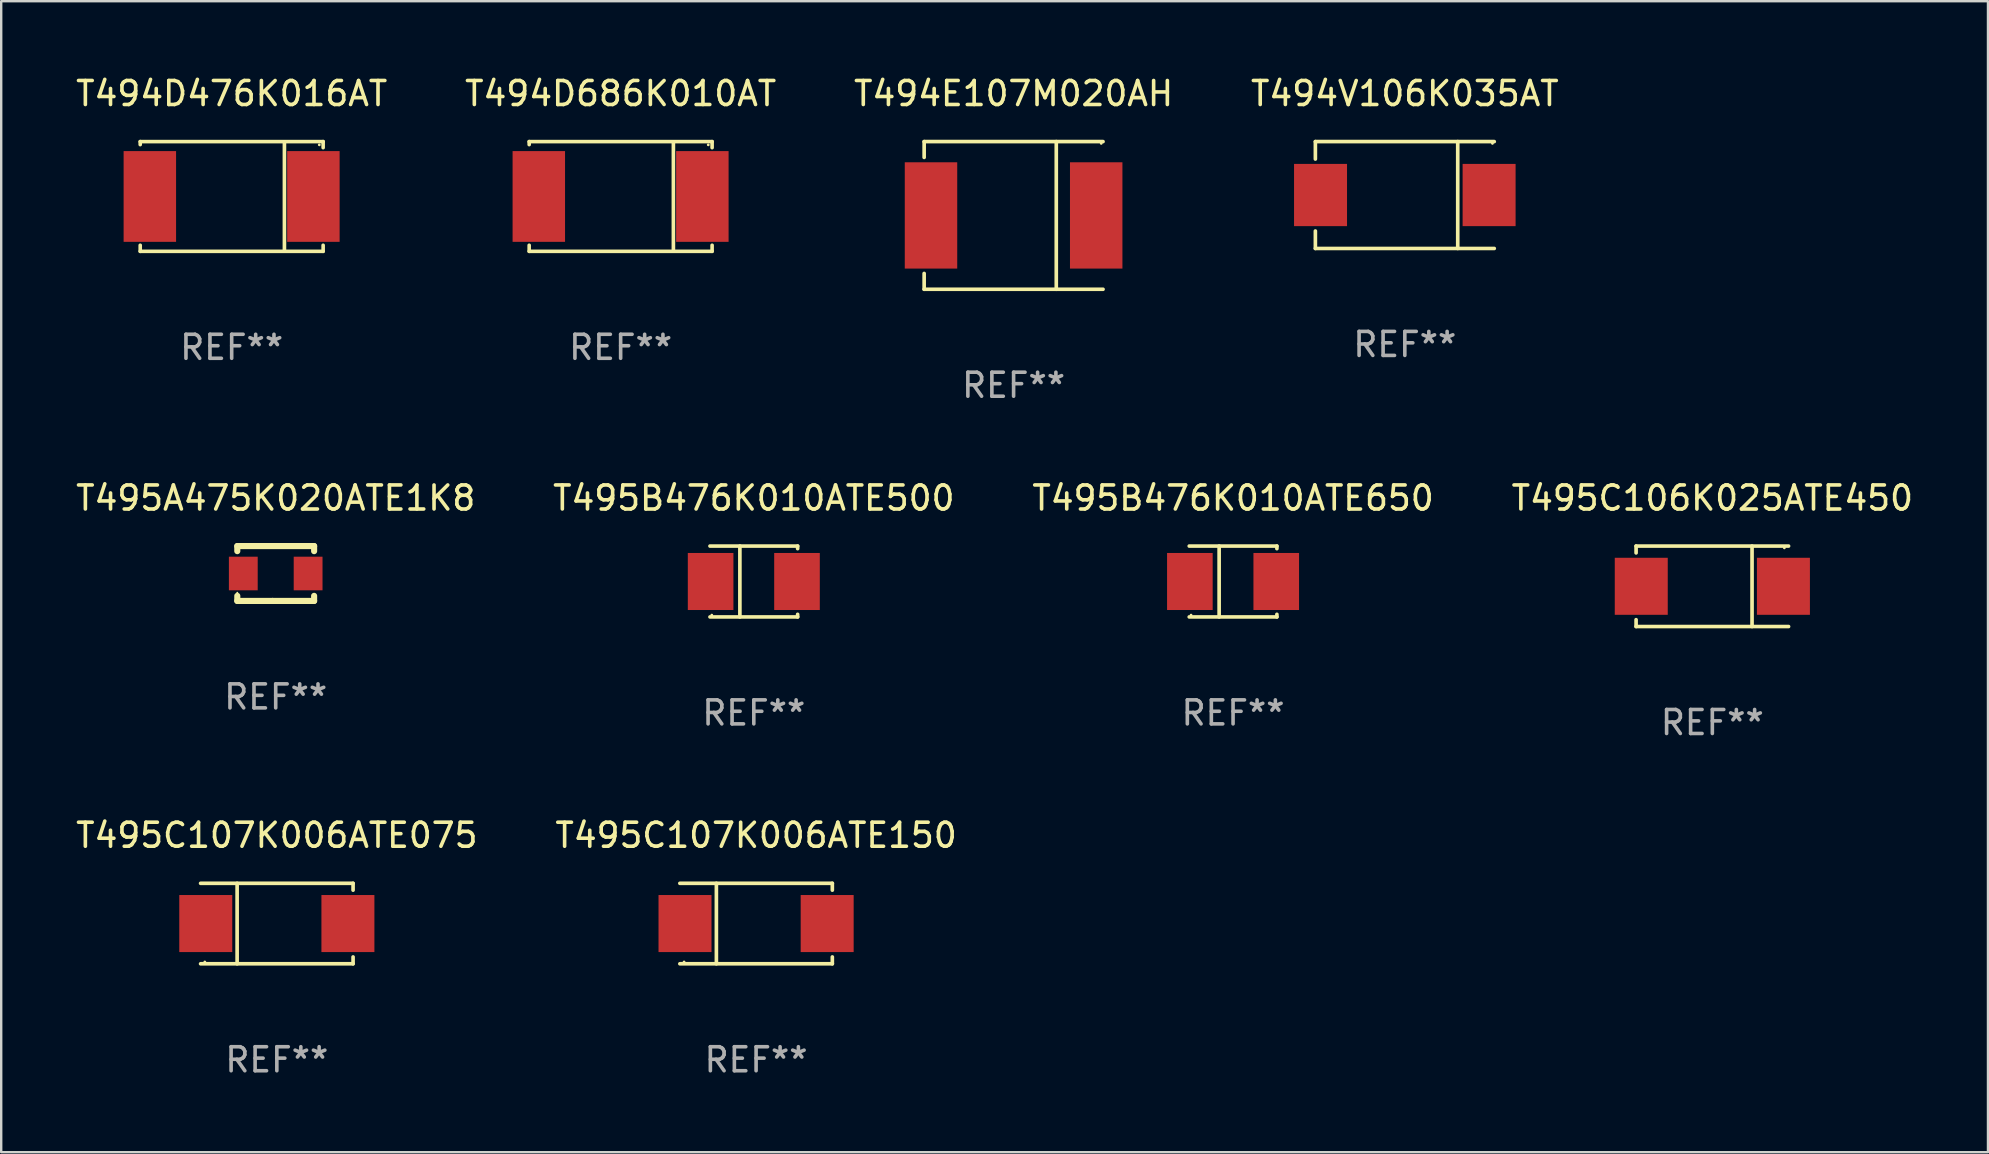
<source format=kicad_pcb>
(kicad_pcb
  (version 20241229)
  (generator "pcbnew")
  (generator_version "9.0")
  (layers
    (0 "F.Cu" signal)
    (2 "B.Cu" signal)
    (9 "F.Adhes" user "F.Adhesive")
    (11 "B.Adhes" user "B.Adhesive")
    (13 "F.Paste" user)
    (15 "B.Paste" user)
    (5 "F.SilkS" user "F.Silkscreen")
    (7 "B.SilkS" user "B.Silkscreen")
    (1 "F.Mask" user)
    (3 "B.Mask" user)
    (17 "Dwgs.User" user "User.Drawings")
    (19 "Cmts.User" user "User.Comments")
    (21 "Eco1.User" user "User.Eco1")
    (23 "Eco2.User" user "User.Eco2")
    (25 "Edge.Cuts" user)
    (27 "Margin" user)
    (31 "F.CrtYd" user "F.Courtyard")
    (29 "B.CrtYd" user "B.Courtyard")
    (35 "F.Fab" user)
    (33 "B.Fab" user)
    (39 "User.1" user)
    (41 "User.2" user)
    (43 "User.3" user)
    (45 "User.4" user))
  (footprint "T495A475K020ATE1K8"
    (layer "F.Cu")
    (at 8.435 20.84)
    (property "Reference" "T495A475K020ATE1K8" (at 0 -3.143 0) (layer "F.SilkS") (effects (font (size 1 1) (thickness 0.15))))
    (attr through_hole)
    (fp_line (start -1.6 1.143) (end -0.128 1.143) (stroke (width 0.254) (type solid)) (layer "F.SilkS"))
    (fp_line (start -1.6 -1.143) (end -1.6 -0.931) (stroke (width 0.254) (type solid)) (layer "F.SilkS"))
    (fp_line (start -1.6 -1.143) (end 1.6 -1.143) (stroke (width 0.254) (type solid)) (layer "F.SilkS"))
    (fp_line (start -1.6 0.931) (end -1.6 1.143) (stroke (width 0.254) (type solid)) (layer "F.SilkS"))
    (fp_line (start -0.128 1.143) (end -0.128 1.143) (stroke (width 0.254) (type solid)) (layer "F.SilkS"))
    (fp_line (start -0.128 1.143) (end 1.6 1.143) (stroke (width 0.254) (type solid)) (layer "F.SilkS"))
    (fp_line (start 1.6 -1.143) (end 1.6 -0.931) (stroke (width 0.254) (type solid)) (layer "F.SilkS"))
    (fp_line (start 1.6 0.931) (end 1.6 1.143) (stroke (width 0.254) (type solid)) (layer "F.SilkS"))
    (fp_circle (center -1.6 0.8) (end -1.58 0.8) (stroke (width 0.04) (type solid)) (fill no) (layer "F.SilkS"))
    (fp_text user "REF**" (at 0 5.143 0) (layer "F.Fab") (effects (font (size 1 1) (thickness 0.15))))
    (pad "1" smd rect (at -1.35 0) (size 1.2 1.4) (layers "F.Cu" "F.Mask" "F.Paste"))
    (pad "2" smd rect (at 1.35 0) (size 1.2 1.4) (layers "F.Cu" "F.Mask" "F.Paste")))
  (footprint "T494D476K016AT"
    (layer "F.Cu")
    (at 6.601 5.134)
    (property "Reference" "T494D476K016AT" (at 0 -4.286 0) (layer "F.SilkS") (effects (font (size 1 1) (thickness 0.15))))
    (attr through_hole)
    (fp_line (start -3.81 -2.286) (end -3.81 -2.159) (stroke (width 0.15) (type solid)) (layer "F.SilkS"))
    (fp_line (start -3.81 2.032) (end -3.81 2.286) (stroke (width 0.15) (type solid)) (layer "F.SilkS"))
    (fp_line (start -3.81 2.286) (end 3.81 2.286) (stroke (width 0.15) (type solid)) (layer "F.SilkS"))
    (fp_line (start 2.197 -2.226) (end 2.197 2.226) (stroke (width 0.152) (type solid)) (layer "F.SilkS"))
    (fp_line (start 3.81 -2.286) (end -3.81 -2.286) (stroke (width 0.15) (type solid)) (layer "F.SilkS"))
    (fp_line (start 3.81 -2.032) (end 3.81 -2.286) (stroke (width 0.15) (type solid)) (layer "F.SilkS"))
    (fp_line (start 3.81 2.286) (end 3.81 2.032) (stroke (width 0.15) (type solid)) (layer "F.SilkS"))
    (fp_circle (center 3.65 -2.15) (end 3.68 -2.15) (stroke (width 0.06) (type solid)) (fill no) (layer "F.SilkS"))
    (fp_text user "REF**" (at 0 6.286 0) (layer "F.Fab") (effects (font (size 1 1) (thickness 0.15))))
    (pad "1" smd rect (at 3.404 0 180) (size 2.185 3.78) (layers "F.Cu" "F.Mask" "F.Paste"))
    (pad "2" smd rect (at -3.409 0 180) (size 2.185 3.78) (layers "F.Cu" "F.Mask" "F.Paste")))
  (footprint "T495C106K025ATE450"
    (layer "F.Cu")
    (at 68.28 21.373)
    (property "Reference" "T495C106K025ATE450" (at 0 -3.676 0) (layer "F.SilkS") (effects (font (size 1 1) (thickness 0.15))))
    (attr through_hole)
    (fp_line (start -3.176 -1.676) (end -3.176 -1.391) (stroke (width 0.152) (type solid)) (layer "F.SilkS"))
    (fp_line (start -3.176 -1.676) (end 3.176 -1.676) (stroke (width 0.152) (type solid)) (layer "F.SilkS"))
    (fp_line (start -3.176 1.676) (end -3.176 1.391) (stroke (width 0.152) (type solid)) (layer "F.SilkS"))
    (fp_line (start -3.176 1.676) (end 3.176 1.676) (stroke (width 0.152) (type solid)) (layer "F.SilkS"))
    (fp_line (start 1.654 -1.676) (end 1.654 1.676) (stroke (width 0.152) (type solid)) (layer "F.SilkS"))
    (fp_circle (center 3 -1.6) (end 3.03 -1.6) (stroke (width 0.06) (type solid)) (fill no) (layer "F.SilkS"))
    (fp_text user "REF**" (at 0 5.676 0) (layer "F.Fab") (effects (font (size 1 1) (thickness 0.15))))
    (pad "1" smd rect (at 2.961 0) (size 2.207 2.376) (layers "F.Cu" "F.Mask" "F.Paste"))
    (pad "2" smd rect (at -2.961 0) (size 2.207 2.376) (layers "F.Cu" "F.Mask" "F.Paste")))
  (footprint "T494V106K035AT"
    (layer "F.Cu")
    (at 55.47 5.074)
    (property "Reference" "T494V106K035AT" (at 0 -4.226 0) (layer "F.SilkS") (effects (font (size 1 1) (thickness 0.15))))
    (attr through_hole)
    (fp_line (start -3.726 -2.226) (end -3.726 -1.499) (stroke (width 0.152) (type solid)) (layer "F.SilkS"))
    (fp_line (start -3.726 -2.226) (end 3.726 -2.226) (stroke (width 0.152) (type solid)) (layer "F.SilkS"))
    (fp_line (start -3.726 2.226) (end -3.726 1.499) (stroke (width 0.152) (type solid)) (layer "F.SilkS"))
    (fp_line (start -3.726 2.226) (end 3.726 2.226) (stroke (width 0.152) (type solid)) (layer "F.SilkS"))
    (fp_line (start 2.204 -2.226) (end 2.204 2.226) (stroke (width 0.152) (type solid)) (layer "F.SilkS"))
    (fp_circle (center 3.65 -2.15) (end 3.68 -2.15) (stroke (width 0.06) (type solid)) (fill no) (layer "F.SilkS"))
    (fp_text user "REF**" (at 0 6.226 0) (layer "F.Fab") (effects (font (size 1 1) (thickness 0.15))))
    (pad "1" smd rect (at 3.511 0) (size 2.207 2.592) (layers "F.Cu" "F.Mask" "F.Paste"))
    (pad "2" smd rect (at -3.511 0) (size 2.207 2.592) (layers "F.Cu" "F.Mask" "F.Paste")))
  (footprint "T494E107M020AH"
    (layer "F.Cu")
    (at 39.173 5.924)
    (property "Reference" "T494E107M020AH" (at 0 -5.076 0) (layer "F.SilkS") (effects (font (size 1 1) (thickness 0.15))))
    (attr through_hole)
    (fp_line (start -3.726 -3.076) (end -3.726 -2.417) (stroke (width 0.152) (type solid)) (layer "F.SilkS"))
    (fp_line (start -3.726 -3.076) (end 3.726 -3.076) (stroke (width 0.152) (type solid)) (layer "F.SilkS"))
    (fp_line (start -3.726 3.076) (end -3.726 2.417) (stroke (width 0.152) (type solid)) (layer "F.SilkS"))
    (fp_line (start -3.726 3.076) (end 3.726 3.076) (stroke (width 0.152) (type solid)) (layer "F.SilkS"))
    (fp_line (start 1.778 -3.076) (end 1.778 3.076) (stroke (width 0.152) (type solid)) (layer "F.SilkS"))
    (fp_circle (center 3.65 -3) (end 3.68 -3) (stroke (width 0.06) (type solid)) (fill no) (layer "F.SilkS"))
    (fp_text user "REF**" (at 0 7.076 0) (layer "F.Fab") (effects (font (size 1 1) (thickness 0.15))))
    (pad "1" smd rect (at 3.441 0) (size 2.185 4.428) (layers "F.Cu" "F.Mask" "F.Paste"))
    (pad "2" smd rect (at -3.441 0) (size 2.185 4.428) (layers "F.Cu" "F.Mask" "F.Paste")))
  (footprint "T495B476K010ATE500"
    (layer "F.Cu")
    (at 28.351 21.173)
    (property "Reference" "T495B476K010ATE500" (at 0 -3.476 0) (layer "F.SilkS") (effects (font (size 1 1) (thickness 0.15))))
    (attr through_hole)
    (fp_line (start -1.826 -1.476) (end 1.826 -1.476) (stroke (width 0.152) (type solid)) (layer "F.SilkS"))
    (fp_line (start -1.826 1.476) (end 1.826 1.476) (stroke (width 0.152) (type solid)) (layer "F.SilkS"))
    (fp_line (start -0.58 -1.476) (end -0.58 1.476) (stroke (width 0.152) (type solid)) (layer "F.SilkS"))
    (fp_line (start 1.826 -1.476) (end 1.826 -1.368) (stroke (width 0.152) (type solid)) (layer "F.SilkS"))
    (fp_line (start 1.826 1.368) (end 1.826 1.476) (stroke (width 0.152) (type solid)) (layer "F.SilkS"))
    (fp_circle (center -1.75 1.4) (end -1.72 1.4) (stroke (width 0.06) (type solid)) (fill no) (layer "F.SilkS"))
    (fp_text user "REF**" (at 0 5.476 0) (layer "F.Fab") (effects (font (size 1 1) (thickness 0.15))))
    (pad "1" smd rect (at -1.799 0) (size 1.9 2.376) (layers "F.Cu" "F.Mask" "F.Paste"))
    (pad "2" smd rect (at 1.799 0) (size 1.9 2.376) (layers "F.Cu" "F.Mask" "F.Paste")))
  (footprint "T494D686K010AT"
    (layer "F.Cu")
    (at 22.804 5.134)
    (property "Reference" "T494D686K010AT" (at 0 -4.286 0) (layer "F.SilkS") (effects (font (size 1 1) (thickness 0.15))))
    (attr through_hole)
    (fp_line (start -3.81 -2.286) (end -3.81 -2.159) (stroke (width 0.15) (type solid)) (layer "F.SilkS"))
    (fp_line (start -3.81 2.032) (end -3.81 2.286) (stroke (width 0.15) (type solid)) (layer "F.SilkS"))
    (fp_line (start -3.81 2.286) (end 3.81 2.286) (stroke (width 0.15) (type solid)) (layer "F.SilkS"))
    (fp_line (start 2.197 -2.226) (end 2.197 2.226) (stroke (width 0.152) (type solid)) (layer "F.SilkS"))
    (fp_line (start 3.81 -2.286) (end -3.81 -2.286) (stroke (width 0.15) (type solid)) (layer "F.SilkS"))
    (fp_line (start 3.81 -2.032) (end 3.81 -2.286) (stroke (width 0.15) (type solid)) (layer "F.SilkS"))
    (fp_line (start 3.81 2.286) (end 3.81 2.032) (stroke (width 0.15) (type solid)) (layer "F.SilkS"))
    (fp_circle (center 3.65 -2.15) (end 3.68 -2.15) (stroke (width 0.06) (type solid)) (fill no) (layer "F.SilkS"))
    (fp_text user "REF**" (at 0 6.286 0) (layer "F.Fab") (effects (font (size 1 1) (thickness 0.15))))
    (pad "1" smd rect (at 3.404 0 180) (size 2.185 3.78) (layers "F.Cu" "F.Mask" "F.Paste"))
    (pad "2" smd rect (at -3.409 0 180) (size 2.185 3.78) (layers "F.Cu" "F.Mask" "F.Paste")))
  (footprint "T495C107K006ATE075"
    (layer "F.Cu")
    (at 8.482 35.422)
    (property "Reference" "T495C107K006ATE075" (at 0 -3.676 0) (layer "F.SilkS") (effects (font (size 1 1) (thickness 0.15))))
    (attr through_hole)
    (fp_line (start -1.654 1.676) (end -1.654 -1.676) (stroke (width 0.152) (type solid)) (layer "F.SilkS"))
    (fp_line (start 3.176 -1.676) (end -3.176 -1.676) (stroke (width 0.152) (type solid)) (layer "F.SilkS"))
    (fp_line (start 3.176 -1.676) (end 3.176 -1.391) (stroke (width 0.152) (type solid)) (layer "F.SilkS"))
    (fp_line (start 3.176 1.676) (end -3.176 1.676) (stroke (width 0.152) (type solid)) (layer "F.SilkS"))
    (fp_line (start 3.176 1.676) (end 3.176 1.391) (stroke (width 0.152) (type solid)) (layer "F.SilkS"))
    (fp_circle (center -3 1.6) (end -2.97 1.6) (stroke (width 0.06) (type solid)) (fill no) (layer "F.SilkS"))
    (fp_text user "REF**" (at 0 5.676 0) (layer "F.Fab") (effects (font (size 1 1) (thickness 0.15))))
    (pad "1" smd rect (at -2.961 -0.000051 180) (size 2.207 2.376) (layers "F.Cu" "F.Mask" "F.Paste"))
    (pad "2" smd rect (at 2.961 -0.000051 180) (size 2.207 2.376) (layers "F.Cu" "F.Mask" "F.Paste")))
  (footprint "T495B476K010ATE650"
    (layer "F.Cu")
    (at 48.315 21.173)
    (property "Reference" "T495B476K010ATE650" (at 0 -3.476 0) (layer "F.SilkS") (effects (font (size 1 1) (thickness 0.15))))
    (attr through_hole)
    (fp_line (start -1.826 -1.476) (end 1.826 -1.476) (stroke (width 0.152) (type solid)) (layer "F.SilkS"))
    (fp_line (start -1.826 1.476) (end 1.826 1.476) (stroke (width 0.152) (type solid)) (layer "F.SilkS"))
    (fp_line (start -0.58 -1.476) (end -0.58 1.476) (stroke (width 0.152) (type solid)) (layer "F.SilkS"))
    (fp_line (start 1.826 -1.476) (end 1.826 -1.368) (stroke (width 0.152) (type solid)) (layer "F.SilkS"))
    (fp_line (start 1.826 1.368) (end 1.826 1.476) (stroke (width 0.152) (type solid)) (layer "F.SilkS"))
    (fp_circle (center -1.75 1.4) (end -1.72 1.4) (stroke (width 0.06) (type solid)) (fill no) (layer "F.SilkS"))
    (fp_text user "REF**" (at 0 5.476 0) (layer "F.Fab") (effects (font (size 1 1) (thickness 0.15))))
    (pad "1" smd rect (at -1.799 0) (size 1.9 2.376) (layers "F.Cu" "F.Mask" "F.Paste"))
    (pad "2" smd rect (at 1.799 0) (size 1.9 2.376) (layers "F.Cu" "F.Mask" "F.Paste")))
  (footprint "T495C107K006ATE150"
    (layer "F.Cu")
    (at 28.446 35.422)
    (property "Reference" "T495C107K006ATE150" (at 0 -3.676 0) (layer "F.SilkS") (effects (font (size 1 1) (thickness 0.15))))
    (attr through_hole)
    (fp_line (start -1.654 1.676) (end -1.654 -1.676) (stroke (width 0.152) (type solid)) (layer "F.SilkS"))
    (fp_line (start 3.176 -1.676) (end -3.176 -1.676) (stroke (width 0.152) (type solid)) (layer "F.SilkS"))
    (fp_line (start 3.176 -1.676) (end 3.176 -1.391) (stroke (width 0.152) (type solid)) (layer "F.SilkS"))
    (fp_line (start 3.176 1.676) (end -3.176 1.676) (stroke (width 0.152) (type solid)) (layer "F.SilkS"))
    (fp_line (start 3.176 1.676) (end 3.176 1.391) (stroke (width 0.152) (type solid)) (layer "F.SilkS"))
    (fp_circle (center -3 1.6) (end -2.97 1.6) (stroke (width 0.06) (type solid)) (fill no) (layer "F.SilkS"))
    (fp_text user "REF**" (at 0 5.676 0) (layer "F.Fab") (effects (font (size 1 1) (thickness 0.15))))
    (pad "1" smd rect (at -2.961 -0.000051 180) (size 2.207 2.376) (layers "F.Cu" "F.Mask" "F.Paste"))
    (pad "2" smd rect (at 2.961 -0.000051 180) (size 2.207 2.376) (layers "F.Cu" "F.Mask" "F.Paste")))
  (gr_rect
    (start -3 -3)
    (end 79.762 44.947)
    (stroke (width 0.1) (type default))
    (fill no)
    (layer "Edge.Cuts")))
</source>
